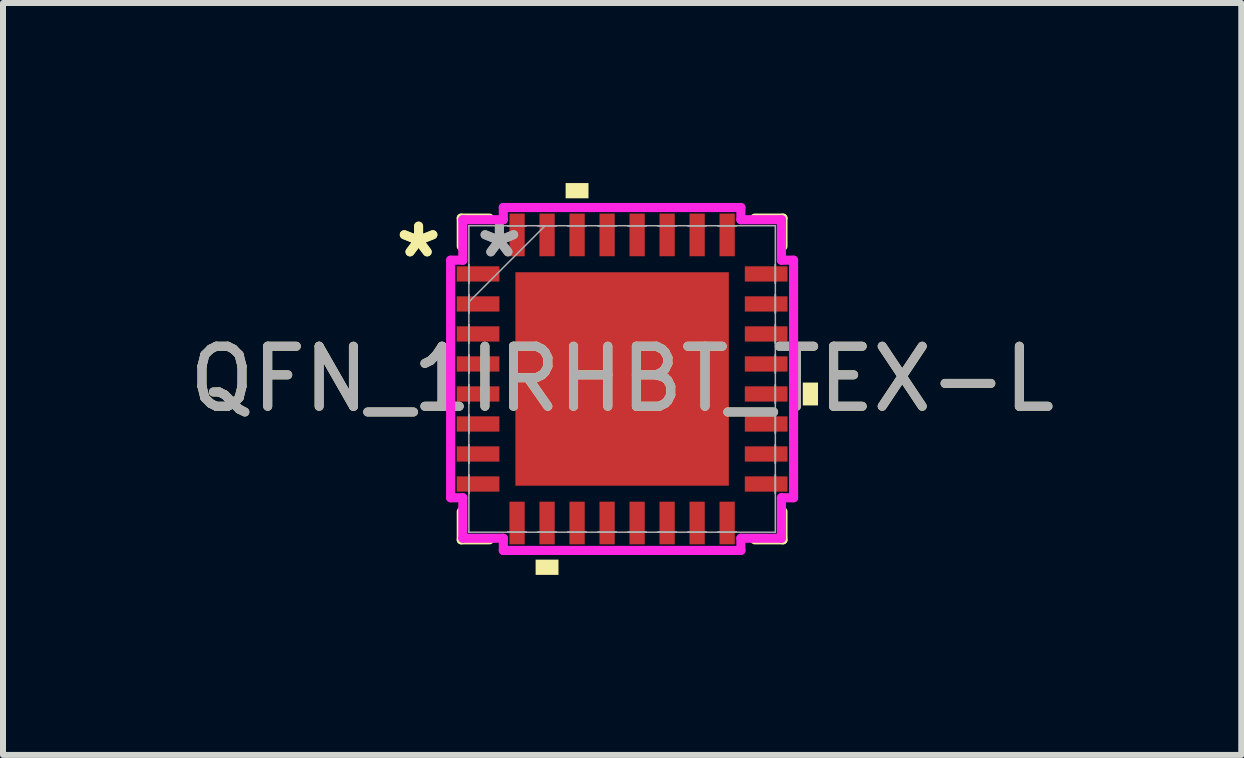
<source format=kicad_pcb>
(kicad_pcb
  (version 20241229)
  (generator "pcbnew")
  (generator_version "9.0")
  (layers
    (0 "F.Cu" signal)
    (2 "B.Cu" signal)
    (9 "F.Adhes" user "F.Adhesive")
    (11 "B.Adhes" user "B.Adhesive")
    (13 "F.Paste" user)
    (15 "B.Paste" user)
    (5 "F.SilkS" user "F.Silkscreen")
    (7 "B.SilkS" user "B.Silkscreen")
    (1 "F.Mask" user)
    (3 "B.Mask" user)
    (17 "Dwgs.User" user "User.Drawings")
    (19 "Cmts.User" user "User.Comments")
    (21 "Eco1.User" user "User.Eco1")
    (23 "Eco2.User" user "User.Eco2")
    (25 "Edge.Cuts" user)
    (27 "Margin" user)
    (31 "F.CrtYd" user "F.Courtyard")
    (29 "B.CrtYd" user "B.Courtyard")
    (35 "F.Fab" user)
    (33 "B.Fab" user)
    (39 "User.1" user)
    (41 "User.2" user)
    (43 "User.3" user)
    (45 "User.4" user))
  (footprint "QFN_1IRHBT_TEX-L"
    (layer "F.Cu")
    (at 7.315 3.264)
    (property "Reference" "QFN_1IRHBT_TEX-L" (at 0 0 0) (unlocked yes) (layer "F.SilkS") (effects (font (size 1 1) (thickness 0.15))))
    (attr smd)
    (fp_line (start -2.68 -2.68) (end -2.68 -2.21) (stroke (width 0.152) (type solid)) (layer "F.SilkS"))
    (fp_line (start -2.68 2.21) (end -2.68 2.68) (stroke (width 0.152) (type solid)) (layer "F.SilkS"))
    (fp_line (start -2.68 2.68) (end -2.21 2.68) (stroke (width 0.152) (type solid)) (layer "F.SilkS"))
    (fp_line (start -2.21 -2.68) (end -2.68 -2.68) (stroke (width 0.152) (type solid)) (layer "F.SilkS"))
    (fp_line (start 2.21 2.68) (end 2.68 2.68) (stroke (width 0.152) (type solid)) (layer "F.SilkS"))
    (fp_line (start 2.68 -2.68) (end 2.21 -2.68) (stroke (width 0.152) (type solid)) (layer "F.SilkS"))
    (fp_line (start 2.68 -2.21) (end 2.68 -2.68) (stroke (width 0.152) (type solid)) (layer "F.SilkS"))
    (fp_line (start 2.68 2.68) (end 2.68 2.21) (stroke (width 0.152) (type solid)) (layer "F.SilkS"))
    (fp_poly (pts (xy -1.441 3.01) (xy -1.441 3.264) (xy -1.06 3.264) (xy -1.06 3.01)) (stroke (width 0) (type solid)) (fill yes) (layer "F.SilkS"))
    (fp_poly (pts (xy -0.941 -3.01) (xy -0.941 -3.264) (xy -0.56 -3.264) (xy -0.56 -3.01)) (stroke (width 0) (type solid)) (fill yes) (layer "F.SilkS"))
    (fp_poly (pts (xy 3.264 0.06) (xy 3.264 0.441) (xy 3.01 0.441) (xy 3.01 0.06)) (stroke (width 0) (type solid)) (fill yes) (layer "F.SilkS"))
    (fp_poly (pts (xy -1.678 -1.678) (xy -1.678 -0.1) (xy -0.1 -0.1) (xy -0.1 -1.678)) (stroke (width 0) (type solid)) (fill yes) (layer "F.Paste"))
    (fp_poly (pts (xy -1.678 0.1) (xy -1.678 1.678) (xy -0.1 1.678) (xy -0.1 0.1)) (stroke (width 0) (type solid)) (fill yes) (layer "F.Paste"))
    (fp_poly (pts (xy 0.1 -1.678) (xy 0.1 -0.1) (xy 1.678 -0.1) (xy 1.678 -1.678)) (stroke (width 0) (type solid)) (fill yes) (layer "F.Paste"))
    (fp_poly (pts (xy 0.1 0.1) (xy 0.1 1.678) (xy 1.678 1.678) (xy 1.678 0.1)) (stroke (width 0) (type solid)) (fill yes) (layer "F.Paste"))
    (fp_line (start -2.857 -1.979) (end -2.654 -1.979) (stroke (width 0.152) (type solid)) (layer "F.CrtYd"))
    (fp_line (start -2.857 1.979) (end -2.857 -1.979) (stroke (width 0.152) (type solid)) (layer "F.CrtYd"))
    (fp_line (start -2.654 -2.654) (end -1.979 -2.654) (stroke (width 0.152) (type solid)) (layer "F.CrtYd"))
    (fp_line (start -2.654 -1.979) (end -2.654 -2.654) (stroke (width 0.152) (type solid)) (layer "F.CrtYd"))
    (fp_line (start -2.654 1.979) (end -2.857 1.979) (stroke (width 0.152) (type solid)) (layer "F.CrtYd"))
    (fp_line (start -2.654 2.654) (end -2.654 1.979) (stroke (width 0.152) (type solid)) (layer "F.CrtYd"))
    (fp_line (start -1.979 -2.857) (end 1.979 -2.857) (stroke (width 0.152) (type solid)) (layer "F.CrtYd"))
    (fp_line (start -1.979 -2.654) (end -1.979 -2.857) (stroke (width 0.152) (type solid)) (layer "F.CrtYd"))
    (fp_line (start -1.979 2.654) (end -2.654 2.654) (stroke (width 0.152) (type solid)) (layer "F.CrtYd"))
    (fp_line (start -1.979 2.857) (end -1.979 2.654) (stroke (width 0.152) (type solid)) (layer "F.CrtYd"))
    (fp_line (start 1.979 -2.857) (end 1.979 -2.654) (stroke (width 0.152) (type solid)) (layer "F.CrtYd"))
    (fp_line (start 1.979 -2.654) (end 2.654 -2.654) (stroke (width 0.152) (type solid)) (layer "F.CrtYd"))
    (fp_line (start 1.979 2.654) (end 1.979 2.857) (stroke (width 0.152) (type solid)) (layer "F.CrtYd"))
    (fp_line (start 1.979 2.857) (end -1.979 2.857) (stroke (width 0.152) (type solid)) (layer "F.CrtYd"))
    (fp_line (start 2.654 -2.654) (end 2.654 -1.979) (stroke (width 0.152) (type solid)) (layer "F.CrtYd"))
    (fp_line (start 2.654 -1.979) (end 2.857 -1.979) (stroke (width 0.152) (type solid)) (layer "F.CrtYd"))
    (fp_line (start 2.654 1.979) (end 2.654 2.654) (stroke (width 0.152) (type solid)) (layer "F.CrtYd"))
    (fp_line (start 2.654 2.654) (end 1.979 2.654) (stroke (width 0.152) (type solid)) (layer "F.CrtYd"))
    (fp_line (start 2.857 -1.979) (end 2.857 1.979) (stroke (width 0.152) (type solid)) (layer "F.CrtYd"))
    (fp_line (start 2.857 1.979) (end 2.654 1.979) (stroke (width 0.152) (type solid)) (layer "F.CrtYd"))
    (fp_line (start -2.553 -2.553) (end -2.553 -2.553) (stroke (width 0.025) (type solid)) (layer "F.Fab"))
    (fp_line (start -2.553 -2.553) (end -2.553 2.553) (stroke (width 0.025) (type solid)) (layer "F.Fab"))
    (fp_line (start -2.553 -1.903) (end -2.553 -1.903) (stroke (width 0.025) (type solid)) (layer "F.Fab"))
    (fp_line (start -2.553 -1.903) (end -2.553 -1.598) (stroke (width 0.025) (type solid)) (layer "F.Fab"))
    (fp_line (start -2.553 -1.598) (end -2.553 -1.903) (stroke (width 0.025) (type solid)) (layer "F.Fab"))
    (fp_line (start -2.553 -1.598) (end -2.553 -1.598) (stroke (width 0.025) (type solid)) (layer "F.Fab"))
    (fp_line (start -2.553 -1.403) (end -2.553 -1.403) (stroke (width 0.025) (type solid)) (layer "F.Fab"))
    (fp_line (start -2.553 -1.403) (end -2.553 -1.098) (stroke (width 0.025) (type solid)) (layer "F.Fab"))
    (fp_line (start -2.553 -1.283) (end -1.283 -2.553) (stroke (width 0.025) (type solid)) (layer "F.Fab"))
    (fp_line (start -2.553 -1.098) (end -2.553 -1.403) (stroke (width 0.025) (type solid)) (layer "F.Fab"))
    (fp_line (start -2.553 -1.098) (end -2.553 -1.098) (stroke (width 0.025) (type solid)) (layer "F.Fab"))
    (fp_line (start -2.553 -0.903) (end -2.553 -0.903) (stroke (width 0.025) (type solid)) (layer "F.Fab"))
    (fp_line (start -2.553 -0.903) (end -2.553 -0.598) (stroke (width 0.025) (type solid)) (layer "F.Fab"))
    (fp_line (start -2.553 -0.598) (end -2.553 -0.903) (stroke (width 0.025) (type solid)) (layer "F.Fab"))
    (fp_line (start -2.553 -0.598) (end -2.553 -0.598) (stroke (width 0.025) (type solid)) (layer "F.Fab"))
    (fp_line (start -2.553 -0.402) (end -2.553 -0.402) (stroke (width 0.025) (type solid)) (layer "F.Fab"))
    (fp_line (start -2.553 -0.402) (end -2.553 -0.098) (stroke (width 0.025) (type solid)) (layer "F.Fab"))
    (fp_line (start -2.553 -0.098) (end -2.553 -0.402) (stroke (width 0.025) (type solid)) (layer "F.Fab"))
    (fp_line (start -2.553 -0.098) (end -2.553 -0.098) (stroke (width 0.025) (type solid)) (layer "F.Fab"))
    (fp_line (start -2.553 0.098) (end -2.553 0.098) (stroke (width 0.025) (type solid)) (layer "F.Fab"))
    (fp_line (start -2.553 0.098) (end -2.553 0.402) (stroke (width 0.025) (type solid)) (layer "F.Fab"))
    (fp_line (start -2.553 0.402) (end -2.553 0.098) (stroke (width 0.025) (type solid)) (layer "F.Fab"))
    (fp_line (start -2.553 0.402) (end -2.553 0.402) (stroke (width 0.025) (type solid)) (layer "F.Fab"))
    (fp_line (start -2.553 0.598) (end -2.553 0.598) (stroke (width 0.025) (type solid)) (layer "F.Fab"))
    (fp_line (start -2.553 0.598) (end -2.553 0.903) (stroke (width 0.025) (type solid)) (layer "F.Fab"))
    (fp_line (start -2.553 0.903) (end -2.553 0.598) (stroke (width 0.025) (type solid)) (layer "F.Fab"))
    (fp_line (start -2.553 0.903) (end -2.553 0.903) (stroke (width 0.025) (type solid)) (layer "F.Fab"))
    (fp_line (start -2.553 1.098) (end -2.553 1.098) (stroke (width 0.025) (type solid)) (layer "F.Fab"))
    (fp_line (start -2.553 1.098) (end -2.553 1.403) (stroke (width 0.025) (type solid)) (layer "F.Fab"))
    (fp_line (start -2.553 1.403) (end -2.553 1.098) (stroke (width 0.025) (type solid)) (layer "F.Fab"))
    (fp_line (start -2.553 1.403) (end -2.553 1.403) (stroke (width 0.025) (type solid)) (layer "F.Fab"))
    (fp_line (start -2.553 1.598) (end -2.553 1.598) (stroke (width 0.025) (type solid)) (layer "F.Fab"))
    (fp_line (start -2.553 1.598) (end -2.553 1.903) (stroke (width 0.025) (type solid)) (layer "F.Fab"))
    (fp_line (start -2.553 1.903) (end -2.553 1.598) (stroke (width 0.025) (type solid)) (layer "F.Fab"))
    (fp_line (start -2.553 1.903) (end -2.553 1.903) (stroke (width 0.025) (type solid)) (layer "F.Fab"))
    (fp_line (start -2.553 2.553) (end -2.553 2.553) (stroke (width 0.025) (type solid)) (layer "F.Fab"))
    (fp_line (start -2.553 2.553) (end 2.553 2.553) (stroke (width 0.025) (type solid)) (layer "F.Fab"))
    (fp_line (start -1.903 -2.553) (end -1.903 -2.553) (stroke (width 0.025) (type solid)) (layer "F.Fab"))
    (fp_line (start -1.903 -2.553) (end -1.598 -2.553) (stroke (width 0.025) (type solid)) (layer "F.Fab"))
    (fp_line (start -1.903 2.553) (end -1.903 2.553) (stroke (width 0.025) (type solid)) (layer "F.Fab"))
    (fp_line (start -1.903 2.553) (end -1.598 2.553) (stroke (width 0.025) (type solid)) (layer "F.Fab"))
    (fp_line (start -1.598 -2.553) (end -1.903 -2.553) (stroke (width 0.025) (type solid)) (layer "F.Fab"))
    (fp_line (start -1.598 -2.553) (end -1.598 -2.553) (stroke (width 0.025) (type solid)) (layer "F.Fab"))
    (fp_line (start -1.598 2.553) (end -1.903 2.553) (stroke (width 0.025) (type solid)) (layer "F.Fab"))
    (fp_line (start -1.598 2.553) (end -1.598 2.553) (stroke (width 0.025) (type solid)) (layer "F.Fab"))
    (fp_line (start -1.403 -2.553) (end -1.403 -2.553) (stroke (width 0.025) (type solid)) (layer "F.Fab"))
    (fp_line (start -1.403 -2.553) (end -1.098 -2.553) (stroke (width 0.025) (type solid)) (layer "F.Fab"))
    (fp_line (start -1.403 2.553) (end -1.403 2.553) (stroke (width 0.025) (type solid)) (layer "F.Fab"))
    (fp_line (start -1.403 2.553) (end -1.098 2.553) (stroke (width 0.025) (type solid)) (layer "F.Fab"))
    (fp_line (start -1.098 -2.553) (end -1.403 -2.553) (stroke (width 0.025) (type solid)) (layer "F.Fab"))
    (fp_line (start -1.098 -2.553) (end -1.098 -2.553) (stroke (width 0.025) (type solid)) (layer "F.Fab"))
    (fp_line (start -1.098 2.553) (end -1.403 2.553) (stroke (width 0.025) (type solid)) (layer "F.Fab"))
    (fp_line (start -1.098 2.553) (end -1.098 2.553) (stroke (width 0.025) (type solid)) (layer "F.Fab"))
    (fp_line (start -0.903 -2.553) (end -0.903 -2.553) (stroke (width 0.025) (type solid)) (layer "F.Fab"))
    (fp_line (start -0.903 -2.553) (end -0.598 -2.553) (stroke (width 0.025) (type solid)) (layer "F.Fab"))
    (fp_line (start -0.903 2.553) (end -0.903 2.553) (stroke (width 0.025) (type solid)) (layer "F.Fab"))
    (fp_line (start -0.903 2.553) (end -0.598 2.553) (stroke (width 0.025) (type solid)) (layer "F.Fab"))
    (fp_line (start -0.598 -2.553) (end -0.903 -2.553) (stroke (width 0.025) (type solid)) (layer "F.Fab"))
    (fp_line (start -0.598 -2.553) (end -0.598 -2.553) (stroke (width 0.025) (type solid)) (layer "F.Fab"))
    (fp_line (start -0.598 2.553) (end -0.903 2.553) (stroke (width 0.025) (type solid)) (layer "F.Fab"))
    (fp_line (start -0.598 2.553) (end -0.598 2.553) (stroke (width 0.025) (type solid)) (layer "F.Fab"))
    (fp_line (start -0.402 -2.553) (end -0.402 -2.553) (stroke (width 0.025) (type solid)) (layer "F.Fab"))
    (fp_line (start -0.402 -2.553) (end -0.098 -2.553) (stroke (width 0.025) (type solid)) (layer "F.Fab"))
    (fp_line (start -0.402 2.553) (end -0.402 2.553) (stroke (width 0.025) (type solid)) (layer "F.Fab"))
    (fp_line (start -0.402 2.553) (end -0.098 2.553) (stroke (width 0.025) (type solid)) (layer "F.Fab"))
    (fp_line (start -0.098 -2.553) (end -0.402 -2.553) (stroke (width 0.025) (type solid)) (layer "F.Fab"))
    (fp_line (start -0.098 -2.553) (end -0.098 -2.553) (stroke (width 0.025) (type solid)) (layer "F.Fab"))
    (fp_line (start -0.098 2.553) (end -0.402 2.553) (stroke (width 0.025) (type solid)) (layer "F.Fab"))
    (fp_line (start -0.098 2.553) (end -0.098 2.553) (stroke (width 0.025) (type solid)) (layer "F.Fab"))
    (fp_line (start 0.098 -2.553) (end 0.098 -2.553) (stroke (width 0.025) (type solid)) (layer "F.Fab"))
    (fp_line (start 0.098 -2.553) (end 0.402 -2.553) (stroke (width 0.025) (type solid)) (layer "F.Fab"))
    (fp_line (start 0.098 2.553) (end 0.098 2.553) (stroke (width 0.025) (type solid)) (layer "F.Fab"))
    (fp_line (start 0.098 2.553) (end 0.402 2.553) (stroke (width 0.025) (type solid)) (layer "F.Fab"))
    (fp_line (start 0.402 -2.553) (end 0.098 -2.553) (stroke (width 0.025) (type solid)) (layer "F.Fab"))
    (fp_line (start 0.402 -2.553) (end 0.402 -2.553) (stroke (width 0.025) (type solid)) (layer "F.Fab"))
    (fp_line (start 0.402 2.553) (end 0.098 2.553) (stroke (width 0.025) (type solid)) (layer "F.Fab"))
    (fp_line (start 0.402 2.553) (end 0.402 2.553) (stroke (width 0.025) (type solid)) (layer "F.Fab"))
    (fp_line (start 0.598 -2.553) (end 0.598 -2.553) (stroke (width 0.025) (type solid)) (layer "F.Fab"))
    (fp_line (start 0.598 -2.553) (end 0.903 -2.553) (stroke (width 0.025) (type solid)) (layer "F.Fab"))
    (fp_line (start 0.598 2.553) (end 0.598 2.553) (stroke (width 0.025) (type solid)) (layer "F.Fab"))
    (fp_line (start 0.598 2.553) (end 0.903 2.553) (stroke (width 0.025) (type solid)) (layer "F.Fab"))
    (fp_line (start 0.903 -2.553) (end 0.598 -2.553) (stroke (width 0.025) (type solid)) (layer "F.Fab"))
    (fp_line (start 0.903 -2.553) (end 0.903 -2.553) (stroke (width 0.025) (type solid)) (layer "F.Fab"))
    (fp_line (start 0.903 2.553) (end 0.598 2.553) (stroke (width 0.025) (type solid)) (layer "F.Fab"))
    (fp_line (start 0.903 2.553) (end 0.903 2.553) (stroke (width 0.025) (type solid)) (layer "F.Fab"))
    (fp_line (start 1.098 -2.553) (end 1.098 -2.553) (stroke (width 0.025) (type solid)) (layer "F.Fab"))
    (fp_line (start 1.098 -2.553) (end 1.403 -2.553) (stroke (width 0.025) (type solid)) (layer "F.Fab"))
    (fp_line (start 1.098 2.553) (end 1.098 2.553) (stroke (width 0.025) (type solid)) (layer "F.Fab"))
    (fp_line (start 1.098 2.553) (end 1.403 2.553) (stroke (width 0.025) (type solid)) (layer "F.Fab"))
    (fp_line (start 1.403 -2.553) (end 1.098 -2.553) (stroke (width 0.025) (type solid)) (layer "F.Fab"))
    (fp_line (start 1.403 -2.553) (end 1.403 -2.553) (stroke (width 0.025) (type solid)) (layer "F.Fab"))
    (fp_line (start 1.403 2.553) (end 1.098 2.553) (stroke (width 0.025) (type solid)) (layer "F.Fab"))
    (fp_line (start 1.403 2.553) (end 1.403 2.553) (stroke (width 0.025) (type solid)) (layer "F.Fab"))
    (fp_line (start 1.598 -2.553) (end 1.598 -2.553) (stroke (width 0.025) (type solid)) (layer "F.Fab"))
    (fp_line (start 1.598 -2.553) (end 1.903 -2.553) (stroke (width 0.025) (type solid)) (layer "F.Fab"))
    (fp_line (start 1.598 2.553) (end 1.598 2.553) (stroke (width 0.025) (type solid)) (layer "F.Fab"))
    (fp_line (start 1.598 2.553) (end 1.903 2.553) (stroke (width 0.025) (type solid)) (layer "F.Fab"))
    (fp_line (start 1.903 -2.553) (end 1.598 -2.553) (stroke (width 0.025) (type solid)) (layer "F.Fab"))
    (fp_line (start 1.903 -2.553) (end 1.903 -2.553) (stroke (width 0.025) (type solid)) (layer "F.Fab"))
    (fp_line (start 1.903 2.553) (end 1.598 2.553) (stroke (width 0.025) (type solid)) (layer "F.Fab"))
    (fp_line (start 1.903 2.553) (end 1.903 2.553) (stroke (width 0.025) (type solid)) (layer "F.Fab"))
    (fp_line (start 2.553 -2.553) (end -2.553 -2.553) (stroke (width 0.025) (type solid)) (layer "F.Fab"))
    (fp_line (start 2.553 -2.553) (end 2.553 -2.553) (stroke (width 0.025) (type solid)) (layer "F.Fab"))
    (fp_line (start 2.553 -1.903) (end 2.553 -1.903) (stroke (width 0.025) (type solid)) (layer "F.Fab"))
    (fp_line (start 2.553 -1.903) (end 2.553 -1.598) (stroke (width 0.025) (type solid)) (layer "F.Fab"))
    (fp_line (start 2.553 -1.598) (end 2.553 -1.903) (stroke (width 0.025) (type solid)) (layer "F.Fab"))
    (fp_line (start 2.553 -1.598) (end 2.553 -1.598) (stroke (width 0.025) (type solid)) (layer "F.Fab"))
    (fp_line (start 2.553 -1.403) (end 2.553 -1.403) (stroke (width 0.025) (type solid)) (layer "F.Fab"))
    (fp_line (start 2.553 -1.403) (end 2.553 -1.098) (stroke (width 0.025) (type solid)) (layer "F.Fab"))
    (fp_line (start 2.553 -1.098) (end 2.553 -1.403) (stroke (width 0.025) (type solid)) (layer "F.Fab"))
    (fp_line (start 2.553 -1.098) (end 2.553 -1.098) (stroke (width 0.025) (type solid)) (layer "F.Fab"))
    (fp_line (start 2.553 -0.903) (end 2.553 -0.903) (stroke (width 0.025) (type solid)) (layer "F.Fab"))
    (fp_line (start 2.553 -0.903) (end 2.553 -0.598) (stroke (width 0.025) (type solid)) (layer "F.Fab"))
    (fp_line (start 2.553 -0.598) (end 2.553 -0.903) (stroke (width 0.025) (type solid)) (layer "F.Fab"))
    (fp_line (start 2.553 -0.598) (end 2.553 -0.598) (stroke (width 0.025) (type solid)) (layer "F.Fab"))
    (fp_line (start 2.553 -0.402) (end 2.553 -0.402) (stroke (width 0.025) (type solid)) (layer "F.Fab"))
    (fp_line (start 2.553 -0.402) (end 2.553 -0.098) (stroke (width 0.025) (type solid)) (layer "F.Fab"))
    (fp_line (start 2.553 -0.098) (end 2.553 -0.402) (stroke (width 0.025) (type solid)) (layer "F.Fab"))
    (fp_line (start 2.553 -0.098) (end 2.553 -0.098) (stroke (width 0.025) (type solid)) (layer "F.Fab"))
    (fp_line (start 2.553 0.098) (end 2.553 0.098) (stroke (width 0.025) (type solid)) (layer "F.Fab"))
    (fp_line (start 2.553 0.098) (end 2.553 0.402) (stroke (width 0.025) (type solid)) (layer "F.Fab"))
    (fp_line (start 2.553 0.402) (end 2.553 0.098) (stroke (width 0.025) (type solid)) (layer "F.Fab"))
    (fp_line (start 2.553 0.402) (end 2.553 0.402) (stroke (width 0.025) (type solid)) (layer "F.Fab"))
    (fp_line (start 2.553 0.598) (end 2.553 0.598) (stroke (width 0.025) (type solid)) (layer "F.Fab"))
    (fp_line (start 2.553 0.598) (end 2.553 0.903) (stroke (width 0.025) (type solid)) (layer "F.Fab"))
    (fp_line (start 2.553 0.903) (end 2.553 0.598) (stroke (width 0.025) (type solid)) (layer "F.Fab"))
    (fp_line (start 2.553 0.903) (end 2.553 0.903) (stroke (width 0.025) (type solid)) (layer "F.Fab"))
    (fp_line (start 2.553 1.098) (end 2.553 1.098) (stroke (width 0.025) (type solid)) (layer "F.Fab"))
    (fp_line (start 2.553 1.098) (end 2.553 1.403) (stroke (width 0.025) (type solid)) (layer "F.Fab"))
    (fp_line (start 2.553 1.403) (end 2.553 1.098) (stroke (width 0.025) (type solid)) (layer "F.Fab"))
    (fp_line (start 2.553 1.403) (end 2.553 1.403) (stroke (width 0.025) (type solid)) (layer "F.Fab"))
    (fp_line (start 2.553 1.598) (end 2.553 1.598) (stroke (width 0.025) (type solid)) (layer "F.Fab"))
    (fp_line (start 2.553 1.598) (end 2.553 1.903) (stroke (width 0.025) (type solid)) (layer "F.Fab"))
    (fp_line (start 2.553 1.903) (end 2.553 1.598) (stroke (width 0.025) (type solid)) (layer "F.Fab"))
    (fp_line (start 2.553 1.903) (end 2.553 1.903) (stroke (width 0.025) (type solid)) (layer "F.Fab"))
    (fp_line (start 2.553 2.553) (end 2.553 -2.553) (stroke (width 0.025) (type solid)) (layer "F.Fab"))
    (fp_line (start 2.553 2.553) (end 2.553 2.553) (stroke (width 0.025) (type solid)) (layer "F.Fab"))
    (fp_text user "*" (at -3.391 -2.001 0) (unlocked yes) (layer "F.SilkS") (effects (font (size 1 1) (thickness 0.15))))
    (fp_text user "*" (at -3.391 -2.001 0) (layer "F.SilkS") (effects (font (size 1 1) (thickness 0.15))))
    (fp_text user "*" (at -2.045 -2.001 0) (unlocked yes) (layer "F.Fab") (effects (font (size 1 1) (thickness 0.15))))
    (fp_text user "*" (at -2.045 -2.001 0) (layer "F.Fab") (effects (font (size 1 1) (thickness 0.15))))
    (fp_text user "${REFERENCE}" (at 0 0 0) (unlocked yes) (layer "F.Fab") (effects (font (size 1 1) (thickness 0.15))))
    (pad "1" smd rect (at -2.4 -1.75 90) (size 0.254 0.711) (layers "F.Cu" "F.Mask" "F.Paste"))
    (pad "2" smd rect (at -2.4 -1.25 90) (size 0.254 0.711) (layers "F.Cu" "F.Mask" "F.Paste"))
    (pad "3" smd rect (at -2.4 -0.75 90) (size 0.254 0.711) (layers "F.Cu" "F.Mask" "F.Paste"))
    (pad "4" smd rect (at -2.4 -0.25 90) (size 0.254 0.711) (layers "F.Cu" "F.Mask" "F.Paste"))
    (pad "5" smd rect (at -2.4 0.25 90) (size 0.254 0.711) (layers "F.Cu" "F.Mask" "F.Paste"))
    (pad "6" smd rect (at -2.4 0.75 90) (size 0.254 0.711) (layers "F.Cu" "F.Mask" "F.Paste"))
    (pad "7" smd rect (at -2.4 1.25 90) (size 0.254 0.711) (layers "F.Cu" "F.Mask" "F.Paste"))
    (pad "8" smd rect (at -2.4 1.75 90) (size 0.254 0.711) (layers "F.Cu" "F.Mask" "F.Paste"))
    (pad "9" smd rect (at -1.75 2.4) (size 0.254 0.711) (layers "F.Cu" "F.Mask" "F.Paste"))
    (pad "10" smd rect (at -1.25 2.4) (size 0.254 0.711) (layers "F.Cu" "F.Mask" "F.Paste"))
    (pad "11" smd rect (at -0.75 2.4) (size 0.254 0.711) (layers "F.Cu" "F.Mask" "F.Paste"))
    (pad "12" smd rect (at -0.25 2.4) (size 0.254 0.711) (layers "F.Cu" "F.Mask" "F.Paste"))
    (pad "13" smd rect (at 0.25 2.4) (size 0.254 0.711) (layers "F.Cu" "F.Mask" "F.Paste"))
    (pad "14" smd rect (at 0.75 2.4) (size 0.254 0.711) (layers "F.Cu" "F.Mask" "F.Paste"))
    (pad "15" smd rect (at 1.25 2.4) (size 0.254 0.711) (layers "F.Cu" "F.Mask" "F.Paste"))
    (pad "16" smd rect (at 1.75 2.4) (size 0.254 0.711) (layers "F.Cu" "F.Mask" "F.Paste"))
    (pad "17" smd rect (at 2.4 1.75 90) (size 0.254 0.711) (layers "F.Cu" "F.Mask" "F.Paste"))
    (pad "18" smd rect (at 2.4 1.25 90) (size 0.254 0.711) (layers "F.Cu" "F.Mask" "F.Paste"))
    (pad "19" smd rect (at 2.4 0.75 90) (size 0.254 0.711) (layers "F.Cu" "F.Mask" "F.Paste"))
    (pad "20" smd rect (at 2.4 0.25 90) (size 0.254 0.711) (layers "F.Cu" "F.Mask" "F.Paste"))
    (pad "21" smd rect (at 2.4 -0.25 90) (size 0.254 0.711) (layers "F.Cu" "F.Mask" "F.Paste"))
    (pad "22" smd rect (at 2.4 -0.75 90) (size 0.254 0.711) (layers "F.Cu" "F.Mask" "F.Paste"))
    (pad "23" smd rect (at 2.4 -1.25 90) (size 0.254 0.711) (layers "F.Cu" "F.Mask" "F.Paste"))
    (pad "24" smd rect (at 2.4 -1.75 90) (size 0.254 0.711) (layers "F.Cu" "F.Mask" "F.Paste"))
    (pad "25" smd rect (at 1.75 -2.4) (size 0.254 0.711) (layers "F.Cu" "F.Mask" "F.Paste"))
    (pad "26" smd rect (at 1.25 -2.4) (size 0.254 0.711) (layers "F.Cu" "F.Mask" "F.Paste"))
    (pad "27" smd rect (at 0.75 -2.4) (size 0.254 0.711) (layers "F.Cu" "F.Mask" "F.Paste"))
    (pad "28" smd rect (at 0.25 -2.4) (size 0.254 0.711) (layers "F.Cu" "F.Mask" "F.Paste"))
    (pad "29" smd rect (at -0.25 -2.4) (size 0.254 0.711) (layers "F.Cu" "F.Mask" "F.Paste"))
    (pad "30" smd rect (at -0.75 -2.4) (size 0.254 0.711) (layers "F.Cu" "F.Mask" "F.Paste"))
    (pad "31" smd rect (at -1.25 -2.4) (size 0.254 0.711) (layers "F.Cu" "F.Mask" "F.Paste"))
    (pad "32" smd rect (at -1.75 -2.4) (size 0.254 0.711) (layers "F.Cu" "F.Mask" "F.Paste"))
    (pad "33" smd rect (at 0 0) (size 3.556 3.556) (layers "F.Cu" "F.Mask" "F.Paste")))
  (gr_rect
    (start -3 -3)
    (end 17.631 9.528)
    (stroke (width 0.1) (type default))
    (fill no)
    (layer "Edge.Cuts")))
</source>
